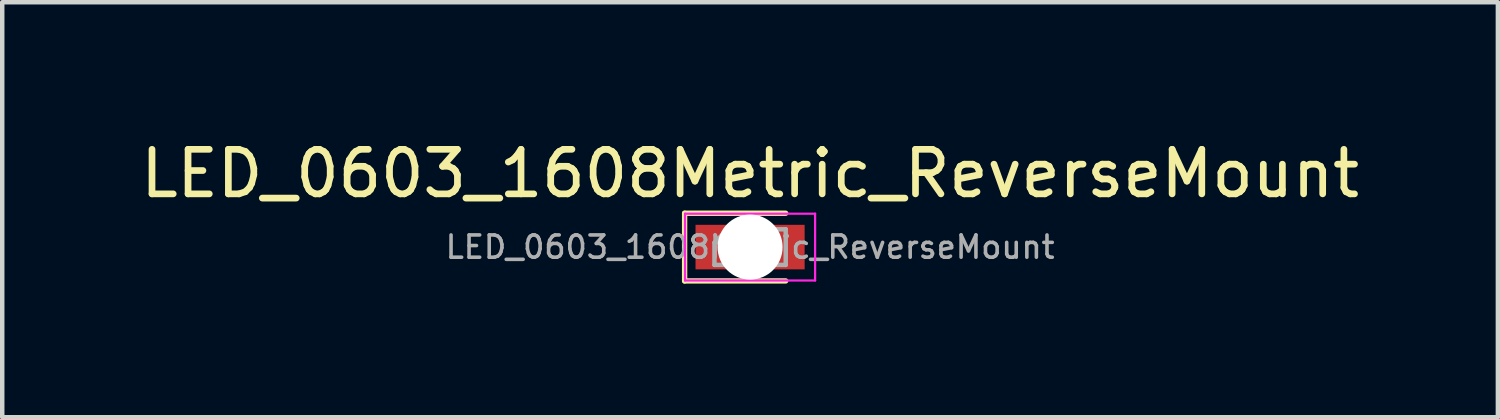
<source format=kicad_pcb>
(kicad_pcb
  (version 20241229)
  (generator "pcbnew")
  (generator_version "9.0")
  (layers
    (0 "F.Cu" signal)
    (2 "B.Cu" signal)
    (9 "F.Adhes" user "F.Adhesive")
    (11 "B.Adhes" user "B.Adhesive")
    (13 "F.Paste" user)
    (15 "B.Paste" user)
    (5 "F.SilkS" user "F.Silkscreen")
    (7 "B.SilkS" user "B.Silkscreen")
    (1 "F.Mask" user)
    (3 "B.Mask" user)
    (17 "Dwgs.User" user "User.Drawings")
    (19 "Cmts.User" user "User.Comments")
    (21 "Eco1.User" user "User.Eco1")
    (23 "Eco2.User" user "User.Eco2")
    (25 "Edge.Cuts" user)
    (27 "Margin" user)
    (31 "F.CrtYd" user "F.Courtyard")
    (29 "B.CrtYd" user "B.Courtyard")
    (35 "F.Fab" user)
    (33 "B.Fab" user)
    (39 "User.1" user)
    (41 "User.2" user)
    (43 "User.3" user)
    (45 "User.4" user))
  (footprint "LED_0603_1608Metric_ReverseMount"
    (layer "F.Cu")
    (at 13.792 2.498)
    (property "Reference" "LED_0603_1608Metric_ReverseMount" (at 0 -1.65 0) (layer "F.SilkS") (effects (font (size 1 1) (thickness 0.15))))
    (attr smd)
    (fp_line (start -1.47 -0.76) (end -1.47 0.76) (stroke (width 0.12) (type solid)) (layer "F.SilkS"))
    (fp_line (start -1.47 0.76) (end 0.8 0.76) (stroke (width 0.12) (type solid)) (layer "F.SilkS"))
    (fp_line (start 0.8 -0.76) (end -1.47 -0.76) (stroke (width 0.12) (type solid)) (layer "F.SilkS"))
    (fp_line (start -1.46 -0.75) (end 1.46 -0.75) (stroke (width 0.05) (type solid)) (layer "F.CrtYd"))
    (fp_line (start -1.46 0.75) (end -1.46 -0.75) (stroke (width 0.05) (type solid)) (layer "F.CrtYd"))
    (fp_line (start 1.46 -0.75) (end 1.46 0.75) (stroke (width 0.05) (type solid)) (layer "F.CrtYd"))
    (fp_line (start 1.46 0.75) (end -1.46 0.75) (stroke (width 0.05) (type solid)) (layer "F.CrtYd"))
    (fp_line (start -0.8 -0.1) (end -0.8 0.4) (stroke (width 0.1) (type solid)) (layer "F.Fab"))
    (fp_line (start -0.8 0.4) (end 0.8 0.4) (stroke (width 0.1) (type solid)) (layer "F.Fab"))
    (fp_line (start -0.5 -0.4) (end -0.8 -0.1) (stroke (width 0.1) (type solid)) (layer "F.Fab"))
    (fp_line (start 0.8 -0.4) (end -0.5 -0.4) (stroke (width 0.1) (type solid)) (layer "F.Fab"))
    (fp_line (start 0.8 0.4) (end 0.8 -0.4) (stroke (width 0.1) (type solid)) (layer "F.Fab"))
    (fp_text user "${REFERENCE}" (at 0 0 0) (layer "F.Fab") (effects (font (size 0.5 0.5) (thickness 0.08))))
    (pad "" np_thru_hole oval (at 0 0) (size 1.46 1.46) (drill oval 1.46) (layers "*.Cu" "*.Mask"))
    (pad "1" smd rect (at -0.875 0) (size 0.7 1) (layers "F.Cu" "F.Mask" "F.Paste"))
    (pad "2" smd rect (at 0.875 0) (size 0.7 1) (layers "F.Cu" "F.Mask" "F.Paste")))
  (gr_rect
    (start -3 -3)
    (end 30.583 6.318)
    (stroke (width 0.1) (type default))
    (fill no)
    (layer "Edge.Cuts")))
</source>
